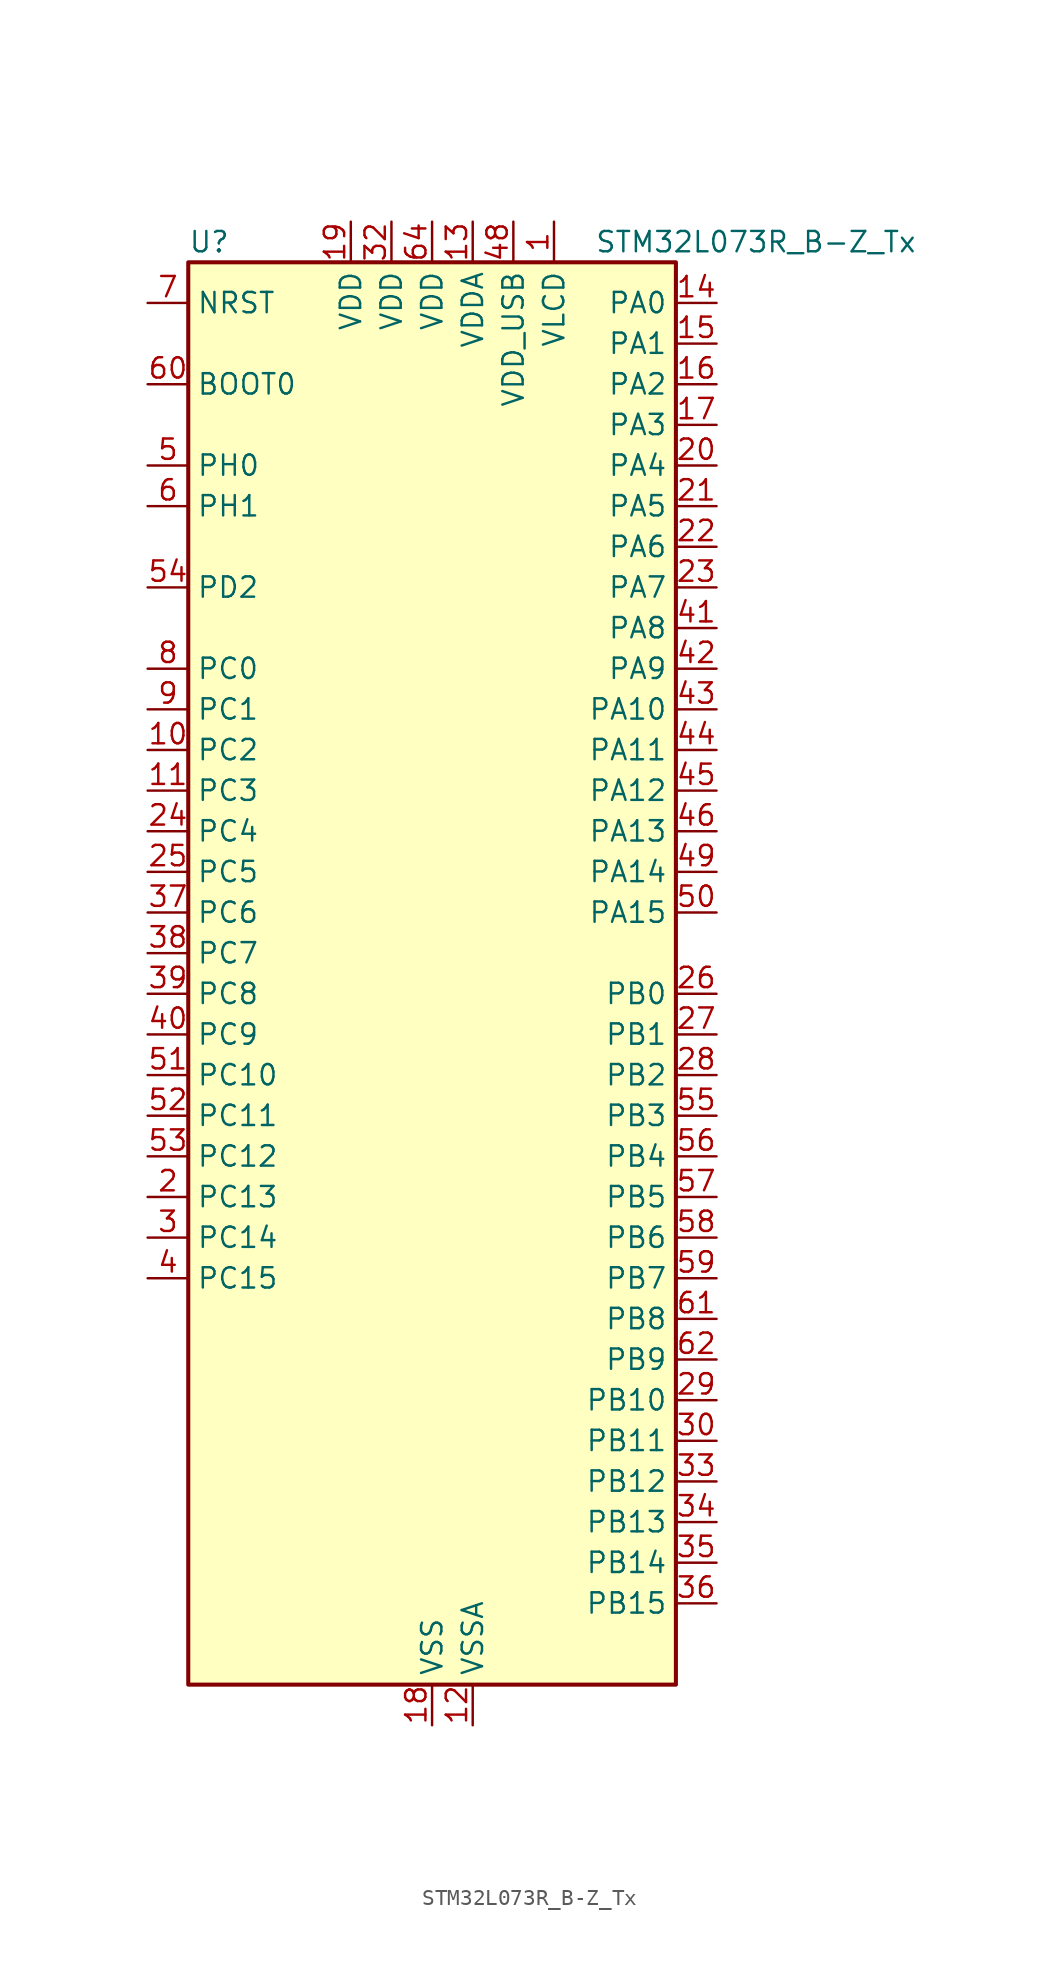
<source format=kicad_sym>
(kicad_symbol_lib
  (version 20231120)
  (generator "kicad_symbol_editor")
  (generator_version "8.0")
  (symbol "STM32L073R_B-Z_Tx"
    (property "Reference" "U"
      (at -15.24 46.99 0)
      (effects (font (size 1.27 1.27)) (justify left)))
    (property "Value" "STM32L073R_B-Z_Tx"
      (at 10.16 46.99 0)
      (effects (font (size 1.27 1.27)) (justify left)))
    (property "ki_locked" ""
      (at 0 0 0)
      (effects (font (size 1.27 1.27))))
    (symbol "STM32L073R_B-Z_Tx_0_1"
      (rectangle (start -15.24 -43.18) (end 15.24 45.72) (stroke (width 0.254) (type default)) (fill (type background))))
    (symbol "STM32L073R_B-Z_Tx_1_1"
      (pin power_in line (at 7.62 48.26 270) (length 2.54) (name "VLCD" (effects (font (size 1.27 1.27)))) (number "1" (effects (font (size 1.27 1.27)))))
      (pin bidirectional line (at -17.78 15.24 0) (length 2.54) (name "PC2" (effects (font (size 1.27 1.27)))) (number "10" (effects (font (size 1.27 1.27)))) (alternate "ADC_IN12" bidirectional line) (alternate "I2S2_MCK" bidirectional line) (alternate "LCD_SEG20" bidirectional line) (alternate "LPTIM1_IN2" bidirectional line) (alternate "SPI2_MISO" bidirectional line) (alternate "TSC_G7_IO3" bidirectional line))
      (pin bidirectional line (at -17.78 12.7 0) (length 2.54) (name "PC3" (effects (font (size 1.27 1.27)))) (number "11" (effects (font (size 1.27 1.27)))) (alternate "ADC_IN13" bidirectional line) (alternate "I2S2_SD" bidirectional line) (alternate "LCD_SEG21" bidirectional line) (alternate "LPTIM1_ETR" bidirectional line) (alternate "SPI2_MOSI" bidirectional line) (alternate "TSC_G7_IO4" bidirectional line))
      (pin power_in line (at 2.54 -45.72 90) (length 2.54) (name "VSSA" (effects (font (size 1.27 1.27)))) (number "12" (effects (font (size 1.27 1.27)))))
      (pin power_in line (at 2.54 48.26 270) (length 2.54) (name "VDDA" (effects (font (size 1.27 1.27)))) (number "13" (effects (font (size 1.27 1.27)))))
      (pin bidirectional line (at 17.78 43.18 180) (length 2.54) (name "PA0" (effects (font (size 1.27 1.27)))) (number "14" (effects (font (size 1.27 1.27)))) (alternate "ADC_IN0" bidirectional line) (alternate "COMP1_INM" bidirectional line) (alternate "COMP1_OUT" bidirectional line) (alternate "RTC_TAMP2" bidirectional line) (alternate "SYS_WKUP1" bidirectional line) (alternate "TIM2_CH1" bidirectional line) (alternate "TIM2_ETR" bidirectional line) (alternate "TSC_G1_IO1" bidirectional line) (alternate "USART2_CTS" bidirectional line) (alternate "USART4_TX" bidirectional line))
      (pin bidirectional line (at 17.78 40.64 180) (length 2.54) (name "PA1" (effects (font (size 1.27 1.27)))) (number "15" (effects (font (size 1.27 1.27)))) (alternate "ADC_IN1" bidirectional line) (alternate "COMP1_INP" bidirectional line) (alternate "LCD_SEG0" bidirectional line) (alternate "TIM21_ETR" bidirectional line) (alternate "TIM2_CH2" bidirectional line) (alternate "TSC_G1_IO2" bidirectional line) (alternate "USART2_DE" bidirectional line) (alternate "USART2_RTS" bidirectional line) (alternate "USART4_RX" bidirectional line))
      (pin bidirectional line (at 17.78 38.1 180) (length 2.54) (name "PA2" (effects (font (size 1.27 1.27)))) (number "16" (effects (font (size 1.27 1.27)))) (alternate "ADC_IN2" bidirectional line) (alternate "COMP2_INM" bidirectional line) (alternate "COMP2_OUT" bidirectional line) (alternate "LCD_SEG1" bidirectional line) (alternate "LPUART1_TX" bidirectional line) (alternate "TIM21_CH1" bidirectional line) (alternate "TIM2_CH3" bidirectional line) (alternate "TSC_G1_IO3" bidirectional line) (alternate "USART2_TX" bidirectional line))
      (pin bidirectional line (at 17.78 35.56 180) (length 2.54) (name "PA3" (effects (font (size 1.27 1.27)))) (number "17" (effects (font (size 1.27 1.27)))) (alternate "ADC_IN3" bidirectional line) (alternate "COMP2_INP" bidirectional line) (alternate "LCD_SEG2" bidirectional line) (alternate "LPUART1_RX" bidirectional line) (alternate "TIM21_CH2" bidirectional line) (alternate "TIM2_CH4" bidirectional line) (alternate "TSC_G1_IO4" bidirectional line) (alternate "USART2_RX" bidirectional line))
      (pin power_in line (at 0 -45.72 90) (length 2.54) (name "VSS" (effects (font (size 1.27 1.27)))) (number "18" (effects (font (size 1.27 1.27)))))
      (pin power_in line (at -5.08 48.26 270) (length 2.54) (name "VDD" (effects (font (size 1.27 1.27)))) (number "19" (effects (font (size 1.27 1.27)))))
      (pin bidirectional line (at -17.78 -12.7 0) (length 2.54) (name "PC13" (effects (font (size 1.27 1.27)))) (number "2" (effects (font (size 1.27 1.27)))) (alternate "RTC_OUT_ALARM" bidirectional line) (alternate "RTC_OUT_CALIB" bidirectional line) (alternate "RTC_TAMP1" bidirectional line) (alternate "RTC_TS" bidirectional line) (alternate "SYS_WKUP2" bidirectional line))
      (pin bidirectional line (at 17.78 33.02 180) (length 2.54) (name "PA4" (effects (font (size 1.27 1.27)))) (number "20" (effects (font (size 1.27 1.27)))) (alternate "ADC_IN4" bidirectional line) (alternate "COMP1_INM" bidirectional line) (alternate "COMP2_INM" bidirectional line) (alternate "DAC_OUT1" bidirectional line) (alternate "SPI1_NSS" bidirectional line) (alternate "TIM22_ETR" bidirectional line) (alternate "TSC_G2_IO1" bidirectional line) (alternate "USART2_CK" bidirectional line))
      (pin bidirectional line (at 17.78 30.48 180) (length 2.54) (name "PA5" (effects (font (size 1.27 1.27)))) (number "21" (effects (font (size 1.27 1.27)))) (alternate "ADC_IN5" bidirectional line) (alternate "COMP1_INM" bidirectional line) (alternate "COMP2_INM" bidirectional line) (alternate "DAC_OUT2" bidirectional line) (alternate "SPI1_SCK" bidirectional line) (alternate "TIM2_CH1" bidirectional line) (alternate "TIM2_ETR" bidirectional line) (alternate "TSC_G2_IO2" bidirectional line))
      (pin bidirectional line (at 17.78 27.94 180) (length 2.54) (name "PA6" (effects (font (size 1.27 1.27)))) (number "22" (effects (font (size 1.27 1.27)))) (alternate "ADC_IN6" bidirectional line) (alternate "COMP1_OUT" bidirectional line) (alternate "LCD_SEG3" bidirectional line) (alternate "LPUART1_CTS" bidirectional line) (alternate "SPI1_MISO" bidirectional line) (alternate "TIM22_CH1" bidirectional line) (alternate "TIM3_CH1" bidirectional line) (alternate "TSC_G2_IO3" bidirectional line))
      (pin bidirectional line (at 17.78 25.4 180) (length 2.54) (name "PA7" (effects (font (size 1.27 1.27)))) (number "23" (effects (font (size 1.27 1.27)))) (alternate "ADC_IN7" bidirectional line) (alternate "COMP2_OUT" bidirectional line) (alternate "LCD_SEG4" bidirectional line) (alternate "SPI1_MOSI" bidirectional line) (alternate "TIM22_CH2" bidirectional line) (alternate "TIM3_CH2" bidirectional line) (alternate "TSC_G2_IO4" bidirectional line))
      (pin bidirectional line (at -17.78 10.16 0) (length 2.54) (name "PC4" (effects (font (size 1.27 1.27)))) (number "24" (effects (font (size 1.27 1.27)))) (alternate "ADC_IN14" bidirectional line) (alternate "LCD_SEG22" bidirectional line) (alternate "LPUART1_TX" bidirectional line))
      (pin bidirectional line (at -17.78 7.62 0) (length 2.54) (name "PC5" (effects (font (size 1.27 1.27)))) (number "25" (effects (font (size 1.27 1.27)))) (alternate "ADC_IN15" bidirectional line) (alternate "LCD_SEG23" bidirectional line) (alternate "LPUART1_RX" bidirectional line) (alternate "TSC_G3_IO1" bidirectional line))
      (pin bidirectional line (at 17.78 0 180) (length 2.54) (name "PB0" (effects (font (size 1.27 1.27)))) (number "26" (effects (font (size 1.27 1.27)))) (alternate "ADC_IN8" bidirectional line) (alternate "LCD_SEG5" bidirectional line) (alternate "LCD_VLCD3" bidirectional line) (alternate "SYS_VREF_OUT_PB0" bidirectional line) (alternate "TIM3_CH3" bidirectional line) (alternate "TSC_G3_IO2" bidirectional line))
      (pin bidirectional line (at 17.78 -2.54 180) (length 2.54) (name "PB1" (effects (font (size 1.27 1.27)))) (number "27" (effects (font (size 1.27 1.27)))) (alternate "ADC_IN9" bidirectional line) (alternate "LCD_SEG6" bidirectional line) (alternate "LPUART1_DE" bidirectional line) (alternate "LPUART1_RTS" bidirectional line) (alternate "SYS_VREF_OUT_PB1" bidirectional line) (alternate "TIM3_CH4" bidirectional line) (alternate "TSC_G3_IO3" bidirectional line))
      (pin bidirectional line (at 17.78 -5.08 180) (length 2.54) (name "PB2" (effects (font (size 1.27 1.27)))) (number "28" (effects (font (size 1.27 1.27)))) (alternate "I2C3_SMBA" bidirectional line) (alternate "LCD_VLCD2" bidirectional line) (alternate "LPTIM1_OUT" bidirectional line) (alternate "TSC_G3_IO4" bidirectional line))
      (pin bidirectional line (at 17.78 -25.4 180) (length 2.54) (name "PB10" (effects (font (size 1.27 1.27)))) (number "29" (effects (font (size 1.27 1.27)))) (alternate "I2C2_SCL" bidirectional line) (alternate "LCD_SEG10" bidirectional line) (alternate "LPUART1_RX" bidirectional line) (alternate "LPUART1_TX" bidirectional line) (alternate "SPI2_SCK" bidirectional line) (alternate "TIM2_CH3" bidirectional line) (alternate "TSC_SYNC" bidirectional line))
      (pin bidirectional line (at -17.78 -15.24 0) (length 2.54) (name "PC14" (effects (font (size 1.27 1.27)))) (number "3" (effects (font (size 1.27 1.27)))) (alternate "RCC_OSC32_IN" bidirectional line))
      (pin bidirectional line (at 17.78 -27.94 180) (length 2.54) (name "PB11" (effects (font (size 1.27 1.27)))) (number "30" (effects (font (size 1.27 1.27)))) (alternate "ADC_EXTI11" bidirectional line) (alternate "I2C2_SDA" bidirectional line) (alternate "LCD_SEG11" bidirectional line) (alternate "LPUART1_RX" bidirectional line) (alternate "LPUART1_TX" bidirectional line) (alternate "TIM2_CH4" bidirectional line) (alternate "TSC_G6_IO1" bidirectional line))
      (pin passive line (at 0 -45.72 90) (length 2.54) hide (name "VSS" (effects (font (size 1.27 1.27)))) (number "31" (effects (font (size 1.27 1.27)))))
      (pin power_in line (at -2.54 48.26 270) (length 2.54) (name "VDD" (effects (font (size 1.27 1.27)))) (number "32" (effects (font (size 1.27 1.27)))))
      (pin bidirectional line (at 17.78 -30.48 180) (length 2.54) (name "PB12" (effects (font (size 1.27 1.27)))) (number "33" (effects (font (size 1.27 1.27)))) (alternate "I2S2_WS" bidirectional line) (alternate "LCD_SEG12" bidirectional line) (alternate "LCD_VLCD2" bidirectional line) (alternate "LPUART1_DE" bidirectional line) (alternate "LPUART1_RTS" bidirectional line) (alternate "SPI2_NSS" bidirectional line) (alternate "TSC_G6_IO2" bidirectional line))
      (pin bidirectional line (at 17.78 -33.02 180) (length 2.54) (name "PB13" (effects (font (size 1.27 1.27)))) (number "34" (effects (font (size 1.27 1.27)))) (alternate "I2C2_SCL" bidirectional line) (alternate "I2S2_CK" bidirectional line) (alternate "LCD_SEG13" bidirectional line) (alternate "LPUART1_CTS" bidirectional line) (alternate "RCC_MCO" bidirectional line) (alternate "SPI2_SCK" bidirectional line) (alternate "TIM21_CH1" bidirectional line) (alternate "TSC_G6_IO3" bidirectional line))
      (pin bidirectional line (at 17.78 -35.56 180) (length 2.54) (name "PB14" (effects (font (size 1.27 1.27)))) (number "35" (effects (font (size 1.27 1.27)))) (alternate "I2C2_SDA" bidirectional line) (alternate "I2S2_MCK" bidirectional line) (alternate "LCD_SEG14" bidirectional line) (alternate "LPUART1_DE" bidirectional line) (alternate "LPUART1_RTS" bidirectional line) (alternate "RTC_OUT_ALARM" bidirectional line) (alternate "RTC_OUT_CALIB" bidirectional line) (alternate "SPI2_MISO" bidirectional line) (alternate "TIM21_CH2" bidirectional line) (alternate "TSC_G6_IO4" bidirectional line))
      (pin bidirectional line (at 17.78 -38.1 180) (length 2.54) (name "PB15" (effects (font (size 1.27 1.27)))) (number "36" (effects (font (size 1.27 1.27)))) (alternate "I2S2_SD" bidirectional line) (alternate "LCD_SEG15" bidirectional line) (alternate "RTC_REFIN" bidirectional line) (alternate "SPI2_MOSI" bidirectional line))
      (pin bidirectional line (at -17.78 5.08 0) (length 2.54) (name "PC6" (effects (font (size 1.27 1.27)))) (number "37" (effects (font (size 1.27 1.27)))) (alternate "LCD_SEG24" bidirectional line) (alternate "TIM22_CH1" bidirectional line) (alternate "TIM3_CH1" bidirectional line) (alternate "TSC_G8_IO1" bidirectional line))
      (pin bidirectional line (at -17.78 2.54 0) (length 2.54) (name "PC7" (effects (font (size 1.27 1.27)))) (number "38" (effects (font (size 1.27 1.27)))) (alternate "LCD_SEG25" bidirectional line) (alternate "TIM22_CH2" bidirectional line) (alternate "TIM3_CH2" bidirectional line) (alternate "TSC_G8_IO2" bidirectional line))
      (pin bidirectional line (at -17.78 0 0) (length 2.54) (name "PC8" (effects (font (size 1.27 1.27)))) (number "39" (effects (font (size 1.27 1.27)))) (alternate "LCD_SEG26" bidirectional line) (alternate "TIM22_ETR" bidirectional line) (alternate "TIM3_CH3" bidirectional line) (alternate "TSC_G8_IO3" bidirectional line))
      (pin bidirectional line (at -17.78 -17.78 0) (length 2.54) (name "PC15" (effects (font (size 1.27 1.27)))) (number "4" (effects (font (size 1.27 1.27)))) (alternate "RCC_OSC32_OUT" bidirectional line))
      (pin bidirectional line (at -17.78 -2.54 0) (length 2.54) (name "PC9" (effects (font (size 1.27 1.27)))) (number "40" (effects (font (size 1.27 1.27)))) (alternate "DAC_EXTI9" bidirectional line) (alternate "I2C3_SDA" bidirectional line) (alternate "LCD_SEG27" bidirectional line) (alternate "TIM21_ETR" bidirectional line) (alternate "TIM3_CH4" bidirectional line) (alternate "TSC_G8_IO4" bidirectional line) (alternate "USB_NOE" bidirectional line))
      (pin bidirectional line (at 17.78 22.86 180) (length 2.54) (name "PA8" (effects (font (size 1.27 1.27)))) (number "41" (effects (font (size 1.27 1.27)))) (alternate "CRS_SYNC" bidirectional line) (alternate "I2C3_SCL" bidirectional line) (alternate "LCD_COM0" bidirectional line) (alternate "RCC_MCO" bidirectional line) (alternate "USART1_CK" bidirectional line))
      (pin bidirectional line (at 17.78 20.32 180) (length 2.54) (name "PA9" (effects (font (size 1.27 1.27)))) (number "42" (effects (font (size 1.27 1.27)))) (alternate "DAC_EXTI9" bidirectional line) (alternate "I2C1_SCL" bidirectional line) (alternate "I2C3_SMBA" bidirectional line) (alternate "LCD_COM1" bidirectional line) (alternate "RCC_MCO" bidirectional line) (alternate "TSC_G4_IO1" bidirectional line) (alternate "USART1_TX" bidirectional line))
      (pin bidirectional line (at 17.78 17.78 180) (length 2.54) (name "PA10" (effects (font (size 1.27 1.27)))) (number "43" (effects (font (size 1.27 1.27)))) (alternate "I2C1_SDA" bidirectional line) (alternate "LCD_COM2" bidirectional line) (alternate "TSC_G4_IO2" bidirectional line) (alternate "USART1_RX" bidirectional line))
      (pin bidirectional line (at 17.78 15.24 180) (length 2.54) (name "PA11" (effects (font (size 1.27 1.27)))) (number "44" (effects (font (size 1.27 1.27)))) (alternate "ADC_EXTI11" bidirectional line) (alternate "COMP1_OUT" bidirectional line) (alternate "SPI1_MISO" bidirectional line) (alternate "TSC_G4_IO3" bidirectional line) (alternate "USART1_CTS" bidirectional line) (alternate "USB_DM" bidirectional line))
      (pin bidirectional line (at 17.78 12.7 180) (length 2.54) (name "PA12" (effects (font (size 1.27 1.27)))) (number "45" (effects (font (size 1.27 1.27)))) (alternate "COMP2_OUT" bidirectional line) (alternate "SPI1_MOSI" bidirectional line) (alternate "TSC_G4_IO4" bidirectional line) (alternate "USART1_DE" bidirectional line) (alternate "USART1_RTS" bidirectional line) (alternate "USB_DP" bidirectional line))
      (pin bidirectional line (at 17.78 10.16 180) (length 2.54) (name "PA13" (effects (font (size 1.27 1.27)))) (number "46" (effects (font (size 1.27 1.27)))) (alternate "LPUART1_RX" bidirectional line) (alternate "SYS_SWDIO" bidirectional line) (alternate "USB_NOE" bidirectional line))
      (pin passive line (at 0 -45.72 90) (length 2.54) hide (name "VSS" (effects (font (size 1.27 1.27)))) (number "47" (effects (font (size 1.27 1.27)))))
      (pin power_in line (at 5.08 48.26 270) (length 2.54) (name "VDD_USB" (effects (font (size 1.27 1.27)))) (number "48" (effects (font (size 1.27 1.27)))))
      (pin bidirectional line (at 17.78 7.62 180) (length 2.54) (name "PA14" (effects (font (size 1.27 1.27)))) (number "49" (effects (font (size 1.27 1.27)))) (alternate "LPUART1_TX" bidirectional line) (alternate "SYS_SWCLK" bidirectional line) (alternate "USART2_TX" bidirectional line))
      (pin bidirectional line (at -17.78 33.02 0) (length 2.54) (name "PH0" (effects (font (size 1.27 1.27)))) (number "5" (effects (font (size 1.27 1.27)))) (alternate "CRS_SYNC" bidirectional line) (alternate "RCC_OSC_IN" bidirectional line))
      (pin bidirectional line (at 17.78 5.08 180) (length 2.54) (name "PA15" (effects (font (size 1.27 1.27)))) (number "50" (effects (font (size 1.27 1.27)))) (alternate "LCD_SEG17" bidirectional line) (alternate "SPI1_NSS" bidirectional line) (alternate "TIM2_CH1" bidirectional line) (alternate "TIM2_ETR" bidirectional line) (alternate "USART2_RX" bidirectional line) (alternate "USART4_DE" bidirectional line) (alternate "USART4_RTS" bidirectional line))
      (pin bidirectional line (at -17.78 -5.08 0) (length 2.54) (name "PC10" (effects (font (size 1.27 1.27)))) (number "51" (effects (font (size 1.27 1.27)))) (alternate "LCD_COM4" bidirectional line) (alternate "LCD_SEG28" bidirectional line) (alternate "LPUART1_TX" bidirectional line) (alternate "USART4_TX" bidirectional line))
      (pin bidirectional line (at -17.78 -7.62 0) (length 2.54) (name "PC11" (effects (font (size 1.27 1.27)))) (number "52" (effects (font (size 1.27 1.27)))) (alternate "ADC_EXTI11" bidirectional line) (alternate "LCD_COM5" bidirectional line) (alternate "LCD_SEG29" bidirectional line) (alternate "LPUART1_RX" bidirectional line) (alternate "USART4_RX" bidirectional line))
      (pin bidirectional line (at -17.78 -10.16 0) (length 2.54) (name "PC12" (effects (font (size 1.27 1.27)))) (number "53" (effects (font (size 1.27 1.27)))) (alternate "LCD_COM6" bidirectional line) (alternate "LCD_SEG30" bidirectional line) (alternate "USART4_CK" bidirectional line) (alternate "USART5_TX" bidirectional line))
      (pin bidirectional line (at -17.78 25.4 0) (length 2.54) (name "PD2" (effects (font (size 1.27 1.27)))) (number "54" (effects (font (size 1.27 1.27)))) (alternate "LCD_COM7" bidirectional line) (alternate "LCD_SEG31" bidirectional line) (alternate "LPUART1_DE" bidirectional line) (alternate "LPUART1_RTS" bidirectional line) (alternate "TIM3_ETR" bidirectional line) (alternate "USART5_RX" bidirectional line))
      (pin bidirectional line (at 17.78 -7.62 180) (length 2.54) (name "PB3" (effects (font (size 1.27 1.27)))) (number "55" (effects (font (size 1.27 1.27)))) (alternate "COMP2_INM" bidirectional line) (alternate "LCD_SEG7" bidirectional line) (alternate "SPI1_SCK" bidirectional line) (alternate "TIM2_CH2" bidirectional line) (alternate "TSC_G5_IO1" bidirectional line) (alternate "USART1_DE" bidirectional line) (alternate "USART1_RTS" bidirectional line) (alternate "USART5_TX" bidirectional line))
      (pin bidirectional line (at 17.78 -10.16 180) (length 2.54) (name "PB4" (effects (font (size 1.27 1.27)))) (number "56" (effects (font (size 1.27 1.27)))) (alternate "COMP2_INP" bidirectional line) (alternate "I2C3_SDA" bidirectional line) (alternate "LCD_SEG8" bidirectional line) (alternate "SPI1_MISO" bidirectional line) (alternate "TIM22_CH1" bidirectional line) (alternate "TIM3_CH1" bidirectional line) (alternate "TSC_G5_IO2" bidirectional line) (alternate "USART1_CTS" bidirectional line) (alternate "USART5_RX" bidirectional line))
      (pin bidirectional line (at 17.78 -12.7 180) (length 2.54) (name "PB5" (effects (font (size 1.27 1.27)))) (number "57" (effects (font (size 1.27 1.27)))) (alternate "COMP2_INP" bidirectional line) (alternate "I2C1_SMBA" bidirectional line) (alternate "LCD_SEG9" bidirectional line) (alternate "LPTIM1_IN1" bidirectional line) (alternate "SPI1_MOSI" bidirectional line) (alternate "TIM22_CH2" bidirectional line) (alternate "TIM3_CH2" bidirectional line) (alternate "USART1_CK" bidirectional line) (alternate "USART5_CK" bidirectional line) (alternate "USART5_DE" bidirectional line) (alternate "USART5_RTS" bidirectional line))
      (pin bidirectional line (at 17.78 -15.24 180) (length 2.54) (name "PB6" (effects (font (size 1.27 1.27)))) (number "58" (effects (font (size 1.27 1.27)))) (alternate "COMP2_INP" bidirectional line) (alternate "I2C1_SCL" bidirectional line) (alternate "LPTIM1_ETR" bidirectional line) (alternate "TSC_G5_IO3" bidirectional line) (alternate "USART1_TX" bidirectional line))
      (pin bidirectional line (at 17.78 -17.78 180) (length 2.54) (name "PB7" (effects (font (size 1.27 1.27)))) (number "59" (effects (font (size 1.27 1.27)))) (alternate "COMP2_INP" bidirectional line) (alternate "I2C1_SDA" bidirectional line) (alternate "LPTIM1_IN2" bidirectional line) (alternate "SYS_PVD_IN" bidirectional line) (alternate "TSC_G5_IO4" bidirectional line) (alternate "USART1_RX" bidirectional line) (alternate "USART4_CTS" bidirectional line))
      (pin bidirectional line (at -17.78 30.48 0) (length 2.54) (name "PH1" (effects (font (size 1.27 1.27)))) (number "6" (effects (font (size 1.27 1.27)))) (alternate "RCC_OSC_OUT" bidirectional line))
      (pin input line (at -17.78 38.1 0) (length 2.54) (name "BOOT0" (effects (font (size 1.27 1.27)))) (number "60" (effects (font (size 1.27 1.27)))))
      (pin bidirectional line (at 17.78 -20.32 180) (length 2.54) (name "PB8" (effects (font (size 1.27 1.27)))) (number "61" (effects (font (size 1.27 1.27)))) (alternate "I2C1_SCL" bidirectional line) (alternate "LCD_SEG16" bidirectional line) (alternate "TSC_SYNC" bidirectional line))
      (pin bidirectional line (at 17.78 -22.86 180) (length 2.54) (name "PB9" (effects (font (size 1.27 1.27)))) (number "62" (effects (font (size 1.27 1.27)))) (alternate "DAC_EXTI9" bidirectional line) (alternate "I2C1_SDA" bidirectional line) (alternate "I2S2_WS" bidirectional line) (alternate "LCD_COM3" bidirectional line) (alternate "SPI2_NSS" bidirectional line))
      (pin passive line (at 0 -45.72 90) (length 2.54) hide (name "VSS" (effects (font (size 1.27 1.27)))) (number "63" (effects (font (size 1.27 1.27)))))
      (pin power_in line (at 0 48.26 270) (length 2.54) (name "VDD" (effects (font (size 1.27 1.27)))) (number "64" (effects (font (size 1.27 1.27)))))
      (pin input line (at -17.78 43.18 0) (length 2.54) (name "NRST" (effects (font (size 1.27 1.27)))) (number "7" (effects (font (size 1.27 1.27)))))
      (pin bidirectional line (at -17.78 20.32 0) (length 2.54) (name "PC0" (effects (font (size 1.27 1.27)))) (number "8" (effects (font (size 1.27 1.27)))) (alternate "ADC_IN10" bidirectional line) (alternate "I2C3_SCL" bidirectional line) (alternate "LCD_SEG18" bidirectional line) (alternate "LPTIM1_IN1" bidirectional line) (alternate "LPUART1_RX" bidirectional line) (alternate "TSC_G7_IO1" bidirectional line))
      (pin bidirectional line (at -17.78 17.78 0) (length 2.54) (name "PC1" (effects (font (size 1.27 1.27)))) (number "9" (effects (font (size 1.27 1.27)))) (alternate "ADC_IN11" bidirectional line) (alternate "I2C3_SDA" bidirectional line) (alternate "LCD_SEG19" bidirectional line) (alternate "LPTIM1_OUT" bidirectional line) (alternate "LPUART1_TX" bidirectional line) (alternate "TSC_G7_IO2" bidirectional line)))))
</source>
